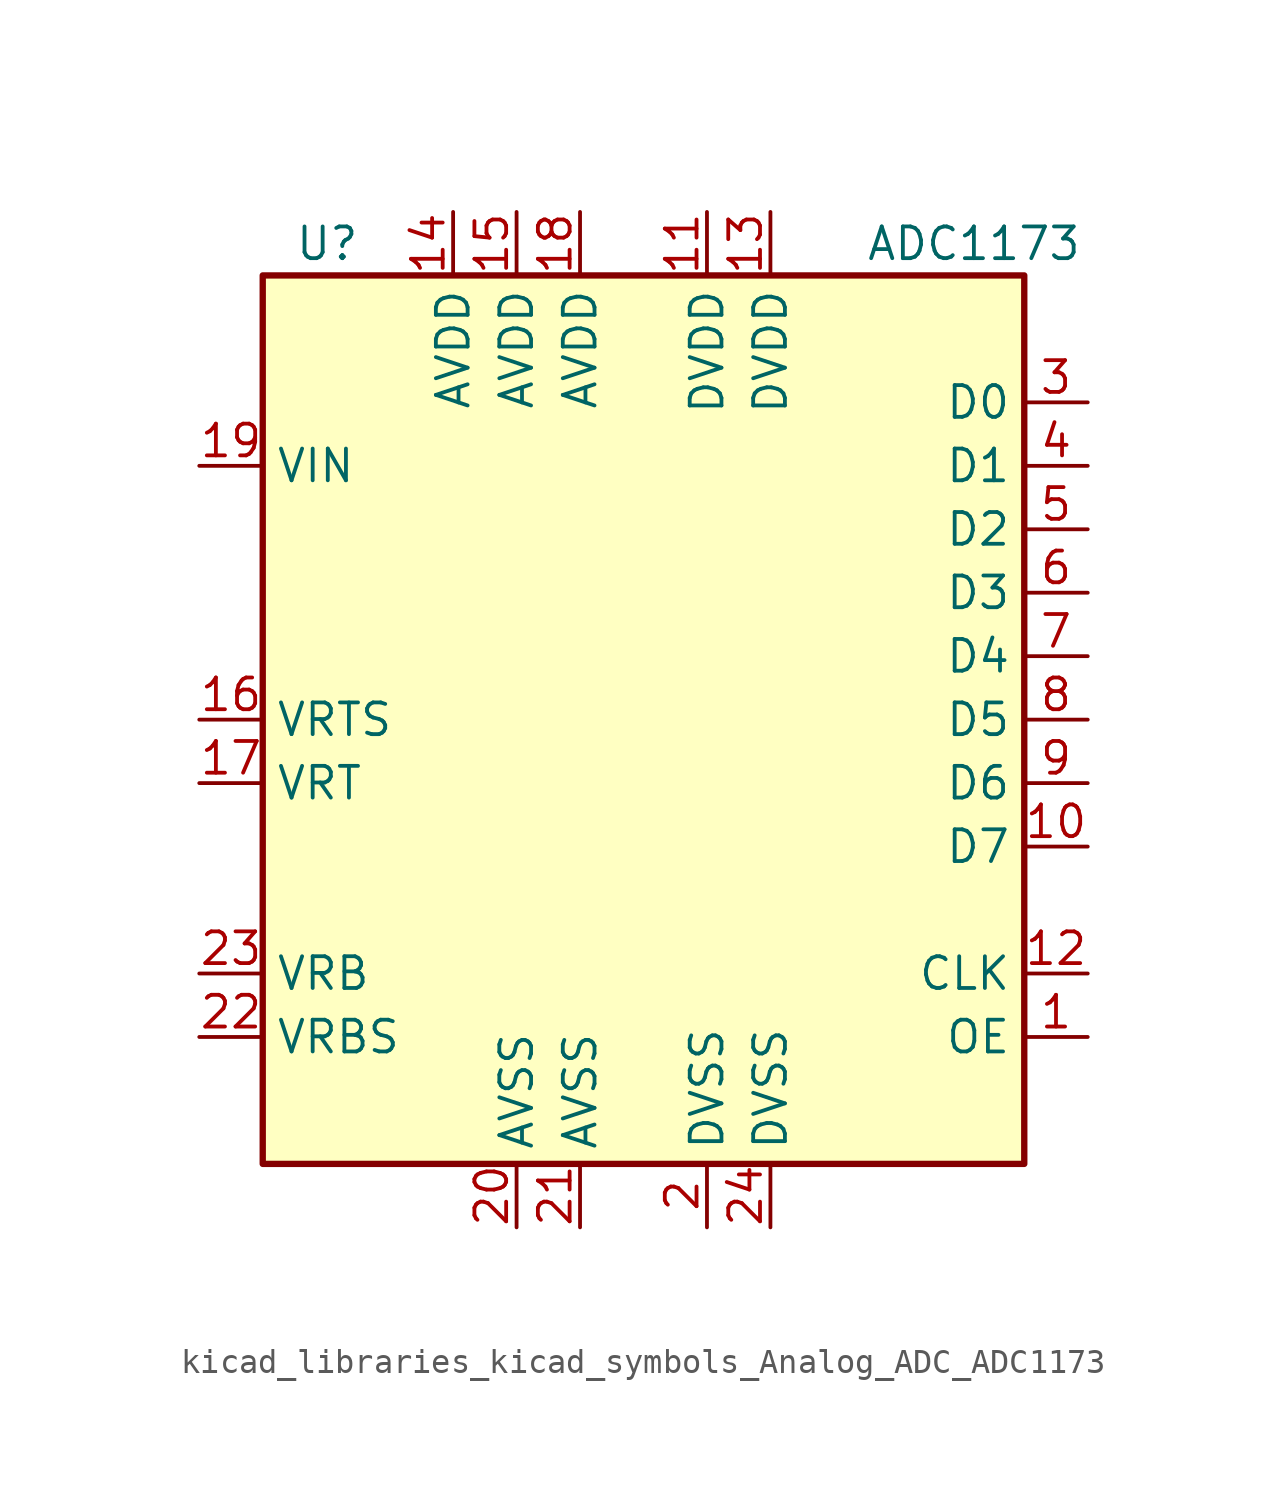
<source format=kicad_sym>
(kicad_symbol_lib
  (version 20220914)
  (generator kicad_symbol_editor)
  (symbol "kicad_libraries_kicad_symbols_Analog_ADC_ADC1173"
    (property "Reference" "U"
      (at -13.97 19.05 0)
      (effects (font (size 1.27 1.27)) (justify left)))
    (property "Value" "ADC1173"
      (at 8.89 19.05 0)
      (effects (font (size 1.27 1.27)) (justify left)))
    (symbol "kicad_libraries_kicad_symbols_Analog_ADC_ADC1173_0_1"
      (rectangle (start -15.24 17.78) (end 15.24 -17.78) (stroke (width 0.254) (type default)) (fill (type background))))
    (symbol "kicad_libraries_kicad_symbols_Analog_ADC_ADC1173_1_1"
      (pin input line (at 17.78 -12.7 180) (length 2.54) (name "OE" (effects (font (size 1.27 1.27)))) (number "1" (effects (font (size 1.27 1.27)))))
      (pin tri_state line (at 17.78 -5.08 180) (length 2.54) (name "D7" (effects (font (size 1.27 1.27)))) (number "10" (effects (font (size 1.27 1.27)))))
      (pin power_in line (at 2.54 20.32 270) (length 2.54) (name "DVDD" (effects (font (size 1.27 1.27)))) (number "11" (effects (font (size 1.27 1.27)))))
      (pin input line (at 17.78 -10.16 180) (length 2.54) (name "CLK" (effects (font (size 1.27 1.27)))) (number "12" (effects (font (size 1.27 1.27)))))
      (pin power_in line (at 5.08 20.32 270) (length 2.54) (name "DVDD" (effects (font (size 1.27 1.27)))) (number "13" (effects (font (size 1.27 1.27)))))
      (pin power_in line (at -7.62 20.32 270) (length 2.54) (name "AVDD" (effects (font (size 1.27 1.27)))) (number "14" (effects (font (size 1.27 1.27)))))
      (pin power_in line (at -5.08 20.32 270) (length 2.54) (name "AVDD" (effects (font (size 1.27 1.27)))) (number "15" (effects (font (size 1.27 1.27)))))
      (pin input line (at -17.78 0 0) (length 2.54) (name "VRTS" (effects (font (size 1.27 1.27)))) (number "16" (effects (font (size 1.27 1.27)))))
      (pin input line (at -17.78 -2.54 0) (length 2.54) (name "VRT" (effects (font (size 1.27 1.27)))) (number "17" (effects (font (size 1.27 1.27)))))
      (pin power_in line (at -2.54 20.32 270) (length 2.54) (name "AVDD" (effects (font (size 1.27 1.27)))) (number "18" (effects (font (size 1.27 1.27)))))
      (pin input line (at -17.78 10.16 0) (length 2.54) (name "VIN" (effects (font (size 1.27 1.27)))) (number "19" (effects (font (size 1.27 1.27)))))
      (pin power_in line (at 2.54 -20.32 90) (length 2.54) (name "DVSS" (effects (font (size 1.27 1.27)))) (number "2" (effects (font (size 1.27 1.27)))))
      (pin power_in line (at -5.08 -20.32 90) (length 2.54) (name "AVSS" (effects (font (size 1.27 1.27)))) (number "20" (effects (font (size 1.27 1.27)))))
      (pin power_in line (at -2.54 -20.32 90) (length 2.54) (name "AVSS" (effects (font (size 1.27 1.27)))) (number "21" (effects (font (size 1.27 1.27)))))
      (pin input line (at -17.78 -12.7 0) (length 2.54) (name "VRBS" (effects (font (size 1.27 1.27)))) (number "22" (effects (font (size 1.27 1.27)))))
      (pin input line (at -17.78 -10.16 0) (length 2.54) (name "VRB" (effects (font (size 1.27 1.27)))) (number "23" (effects (font (size 1.27 1.27)))))
      (pin power_in line (at 5.08 -20.32 90) (length 2.54) (name "DVSS" (effects (font (size 1.27 1.27)))) (number "24" (effects (font (size 1.27 1.27)))))
      (pin tri_state line (at 17.78 12.7 180) (length 2.54) (name "D0" (effects (font (size 1.27 1.27)))) (number "3" (effects (font (size 1.27 1.27)))))
      (pin tri_state line (at 17.78 10.16 180) (length 2.54) (name "D1" (effects (font (size 1.27 1.27)))) (number "4" (effects (font (size 1.27 1.27)))))
      (pin tri_state line (at 17.78 7.62 180) (length 2.54) (name "D2" (effects (font (size 1.27 1.27)))) (number "5" (effects (font (size 1.27 1.27)))))
      (pin tri_state line (at 17.78 5.08 180) (length 2.54) (name "D3" (effects (font (size 1.27 1.27)))) (number "6" (effects (font (size 1.27 1.27)))))
      (pin tri_state line (at 17.78 2.54 180) (length 2.54) (name "D4" (effects (font (size 1.27 1.27)))) (number "7" (effects (font (size 1.27 1.27)))))
      (pin tri_state line (at 17.78 0 180) (length 2.54) (name "D5" (effects (font (size 1.27 1.27)))) (number "8" (effects (font (size 1.27 1.27)))))
      (pin tri_state line (at 17.78 -2.54 180) (length 2.54) (name "D6" (effects (font (size 1.27 1.27)))) (number "9" (effects (font (size 1.27 1.27))))))))
</source>
